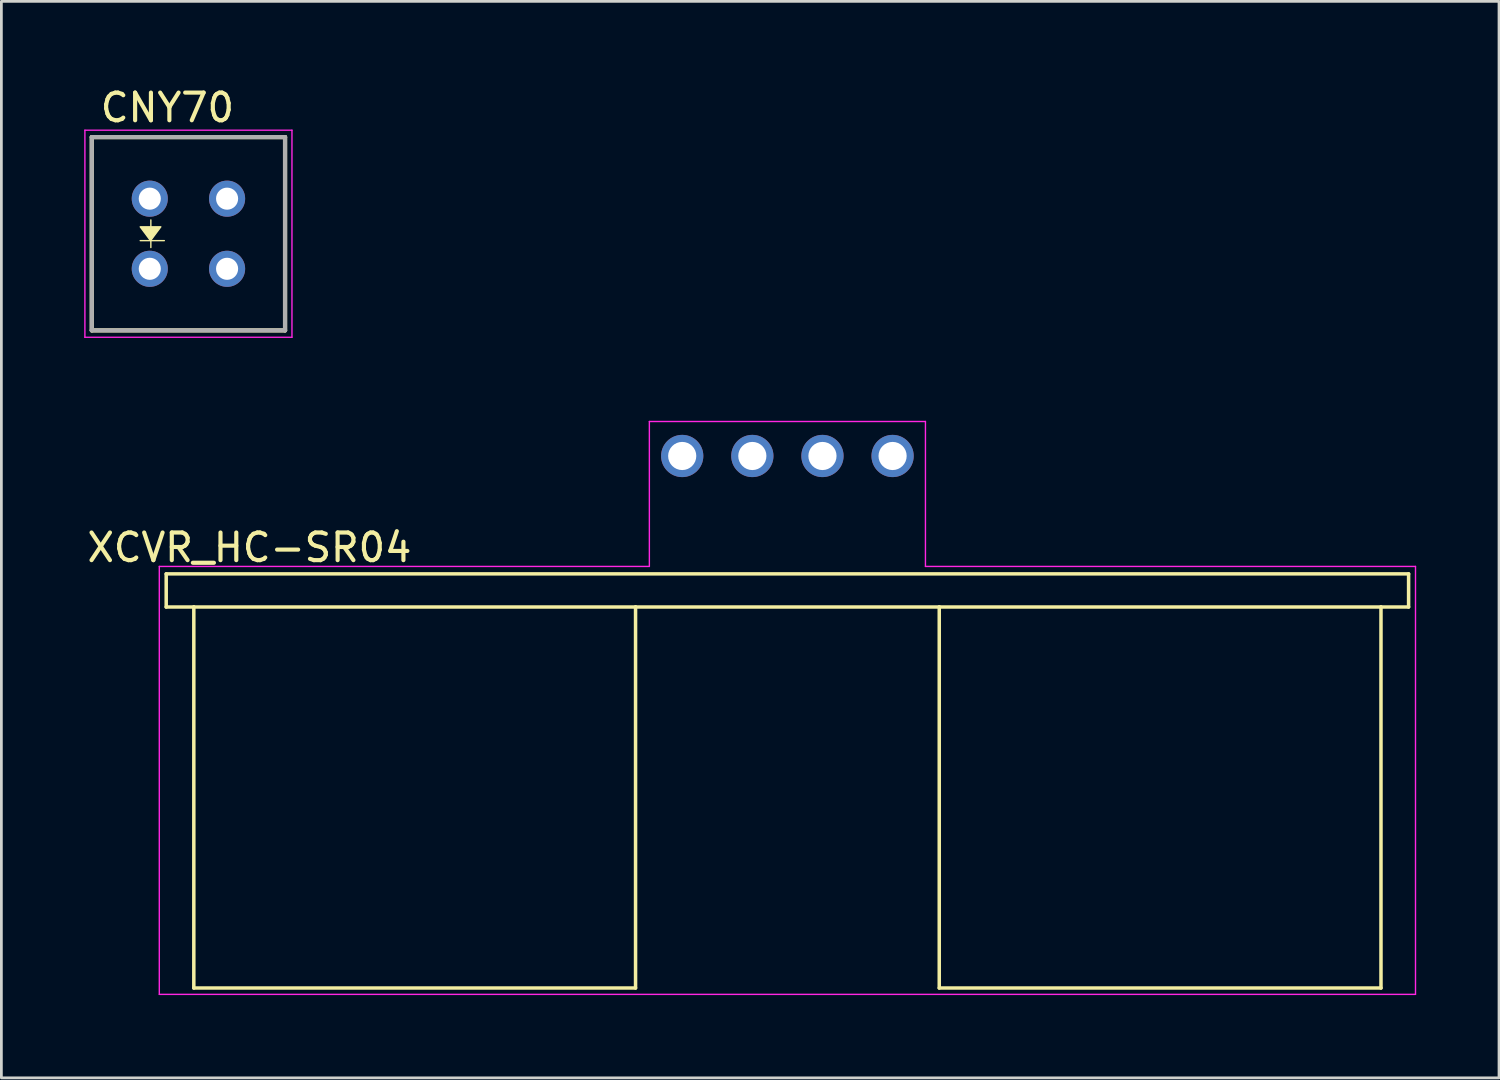
<source format=kicad_pcb>
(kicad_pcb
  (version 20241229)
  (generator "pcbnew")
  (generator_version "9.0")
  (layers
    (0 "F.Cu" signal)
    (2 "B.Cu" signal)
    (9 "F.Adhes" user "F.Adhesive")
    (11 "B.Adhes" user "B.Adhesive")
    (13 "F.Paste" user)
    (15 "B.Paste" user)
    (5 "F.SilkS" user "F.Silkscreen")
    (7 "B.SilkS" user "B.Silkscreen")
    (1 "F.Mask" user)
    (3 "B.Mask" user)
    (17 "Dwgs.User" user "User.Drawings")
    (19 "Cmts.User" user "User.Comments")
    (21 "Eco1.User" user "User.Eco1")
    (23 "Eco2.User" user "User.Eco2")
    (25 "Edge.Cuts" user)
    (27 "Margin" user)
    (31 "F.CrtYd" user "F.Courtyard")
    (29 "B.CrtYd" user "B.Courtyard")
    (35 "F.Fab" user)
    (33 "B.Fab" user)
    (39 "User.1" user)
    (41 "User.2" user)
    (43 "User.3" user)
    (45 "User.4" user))
  (footprint "CNY70"
    (layer "F.Cu")
    (at 3.775 5.416)
    (property "Reference" "CNY70" (at -0.762 -4.566 0) (layer "F.SilkS") (effects (font (size 1.002 1.002) (thickness 0.15))))
    (attr through_hole)
    (fp_line (start -3.5 -3.5) (end -3.5 3.5) (stroke (width 0.152) (type solid)) (layer "F.SilkS"))
    (fp_line (start -3.5 3.5) (end 3.5 3.5) (stroke (width 0.152) (type solid)) (layer "F.SilkS"))
    (fp_line (start -1.746 0.25) (end -0.873 0.25) (stroke (width 0.05) (type solid)) (layer "F.SilkS"))
    (fp_line (start -1.361 -0.5) (end -1.361 0.5) (stroke (width 0.05) (type solid)) (layer "F.SilkS"))
    (fp_line (start 3.5 -3.5) (end -3.5 -3.5) (stroke (width 0.152) (type solid)) (layer "F.SilkS"))
    (fp_line (start 3.5 3.5) (end 3.5 -3.5) (stroke (width 0.152) (type solid)) (layer "F.SilkS"))
    (fp_poly (pts (xy -1.746 -0.25) (xy -1 -0.25) (xy -1.373 0.25)) (stroke (width 0.05) (type solid)) (fill yes) (layer "F.SilkS"))
    (fp_line (start -3.75 -3.75) (end -3.75 3.75) (stroke (width 0.05) (type solid)) (layer "F.CrtYd"))
    (fp_line (start -3.75 3.75) (end 3.75 3.75) (stroke (width 0.05) (type solid)) (layer "F.CrtYd"))
    (fp_line (start 3.75 -3.75) (end -3.75 -3.75) (stroke (width 0.05) (type solid)) (layer "F.CrtYd"))
    (fp_line (start 3.75 3.75) (end 3.75 -3.75) (stroke (width 0.05) (type solid)) (layer "F.CrtYd"))
    (fp_line (start -3.5 -3.5) (end -3.5 3.5) (stroke (width 0.152) (type solid)) (layer "F.Fab"))
    (fp_line (start -3.5 3.5) (end 3.5 3.5) (stroke (width 0.152) (type solid)) (layer "F.Fab"))
    (fp_line (start 3.5 -3.5) (end -3.5 -3.5) (stroke (width 0.152) (type solid)) (layer "F.Fab"))
    (fp_line (start 3.5 3.5) (end 3.5 -3.5) (stroke (width 0.152) (type solid)) (layer "F.Fab"))
    (pad "A" thru_hole circle (at -1.4 -1.27) (size 1.308 1.308) (drill 0.8) (layers "*.Cu" "*.Mask"))
    (pad "CATH" thru_hole circle (at -1.4 1.27) (size 1.308 1.308) (drill 0.8) (layers "*.Cu" "*.Mask"))
    (pad "COLL" thru_hole circle (at 1.4 1.27) (size 1.308 1.308) (drill 0.8) (layers "*.Cu" "*.Mask"))
    (pad "E" thru_hole circle (at 1.4 -1.27) (size 1.308 1.308) (drill 0.8) (layers "*.Cu" "*.Mask")))
  (footprint "XCVR_HC-SR04"
    (layer "F.Cu")
    (at 25.47 13.466)
    (property "Reference" "XCVR_HC-SR04" (at -19.485 3.317 0) (layer "F.SilkS") (effects (font (size 1.001 1.001) (thickness 0.15))))
    (attr through_hole)
    (fp_line (start -22.5 4.27) (end 22.5 4.27) (stroke (width 0.127) (type solid)) (layer "F.SilkS"))
    (fp_line (start -22.5 5.47) (end -22.5 4.27) (stroke (width 0.127) (type solid)) (layer "F.SilkS"))
    (fp_line (start -21.5 5.47) (end -22.5 5.47) (stroke (width 0.127) (type solid)) (layer "F.SilkS"))
    (fp_line (start -21.5 5.47) (end -21.5 19.27) (stroke (width 0.127) (type solid)) (layer "F.SilkS"))
    (fp_line (start -21.5 19.27) (end -5.5 19.27) (stroke (width 0.127) (type solid)) (layer "F.SilkS"))
    (fp_line (start -5.5 5.47) (end -21.5 5.47) (stroke (width 0.127) (type solid)) (layer "F.SilkS"))
    (fp_line (start -5.5 5.47) (end -5.5 19.27) (stroke (width 0.127) (type solid)) (layer "F.SilkS"))
    (fp_line (start 5.5 5.47) (end -5.5 5.47) (stroke (width 0.127) (type solid)) (layer "F.SilkS"))
    (fp_line (start 5.5 5.47) (end 5.5 19.27) (stroke (width 0.127) (type solid)) (layer "F.SilkS"))
    (fp_line (start 5.5 19.27) (end 21.5 19.27) (stroke (width 0.127) (type solid)) (layer "F.SilkS"))
    (fp_line (start 21.5 5.47) (end 5.5 5.47) (stroke (width 0.127) (type solid)) (layer "F.SilkS"))
    (fp_line (start 21.5 5.47) (end 21.5 19.27) (stroke (width 0.127) (type solid)) (layer "F.SilkS"))
    (fp_line (start 22.5 4.27) (end 22.5 5.47) (stroke (width 0.127) (type solid)) (layer "F.SilkS"))
    (fp_line (start 22.5 5.47) (end 21.5 5.47) (stroke (width 0.127) (type solid)) (layer "F.SilkS"))
    (fp_line (start -22.75 4) (end -22.75 19.5) (stroke (width 0.05) (type solid)) (layer "F.CrtYd"))
    (fp_line (start -22.75 19.5) (end 22.75 19.5) (stroke (width 0.05) (type solid)) (layer "F.CrtYd"))
    (fp_line (start -5 -1.25) (end -5 4) (stroke (width 0.05) (type solid)) (layer "F.CrtYd"))
    (fp_line (start -5 4) (end -22.75 4) (stroke (width 0.05) (type solid)) (layer "F.CrtYd"))
    (fp_line (start 5 -1.25) (end -5 -1.25) (stroke (width 0.05) (type solid)) (layer "F.CrtYd"))
    (fp_line (start 5 4) (end 5 -1.25) (stroke (width 0.05) (type solid)) (layer "F.CrtYd"))
    (fp_line (start 22.75 4) (end 5 4) (stroke (width 0.05) (type solid)) (layer "F.CrtYd"))
    (fp_line (start 22.75 19.5) (end 22.75 4) (stroke (width 0.05) (type solid)) (layer "F.CrtYd"))
    (pad "1" thru_hole circle (at -3.81 0) (size 1.53 1.53) (drill 1.02) (layers "*.Cu" "*.Mask"))
    (pad "2" thru_hole circle (at -1.27 0) (size 1.53 1.53) (drill 1.02) (layers "*.Cu" "*.Mask"))
    (pad "3" thru_hole circle (at 1.27 0) (size 1.53 1.53) (drill 1.02) (layers "*.Cu" "*.Mask"))
    (pad "4" thru_hole circle (at 3.81 0) (size 1.53 1.53) (drill 1.02) (layers "*.Cu" "*.Mask")))
  (gr_rect
    (start -3 -3)
    (end 51.245 35.991)
    (stroke (width 0.1) (type default))
    (fill no)
    (layer "Edge.Cuts")))
</source>
